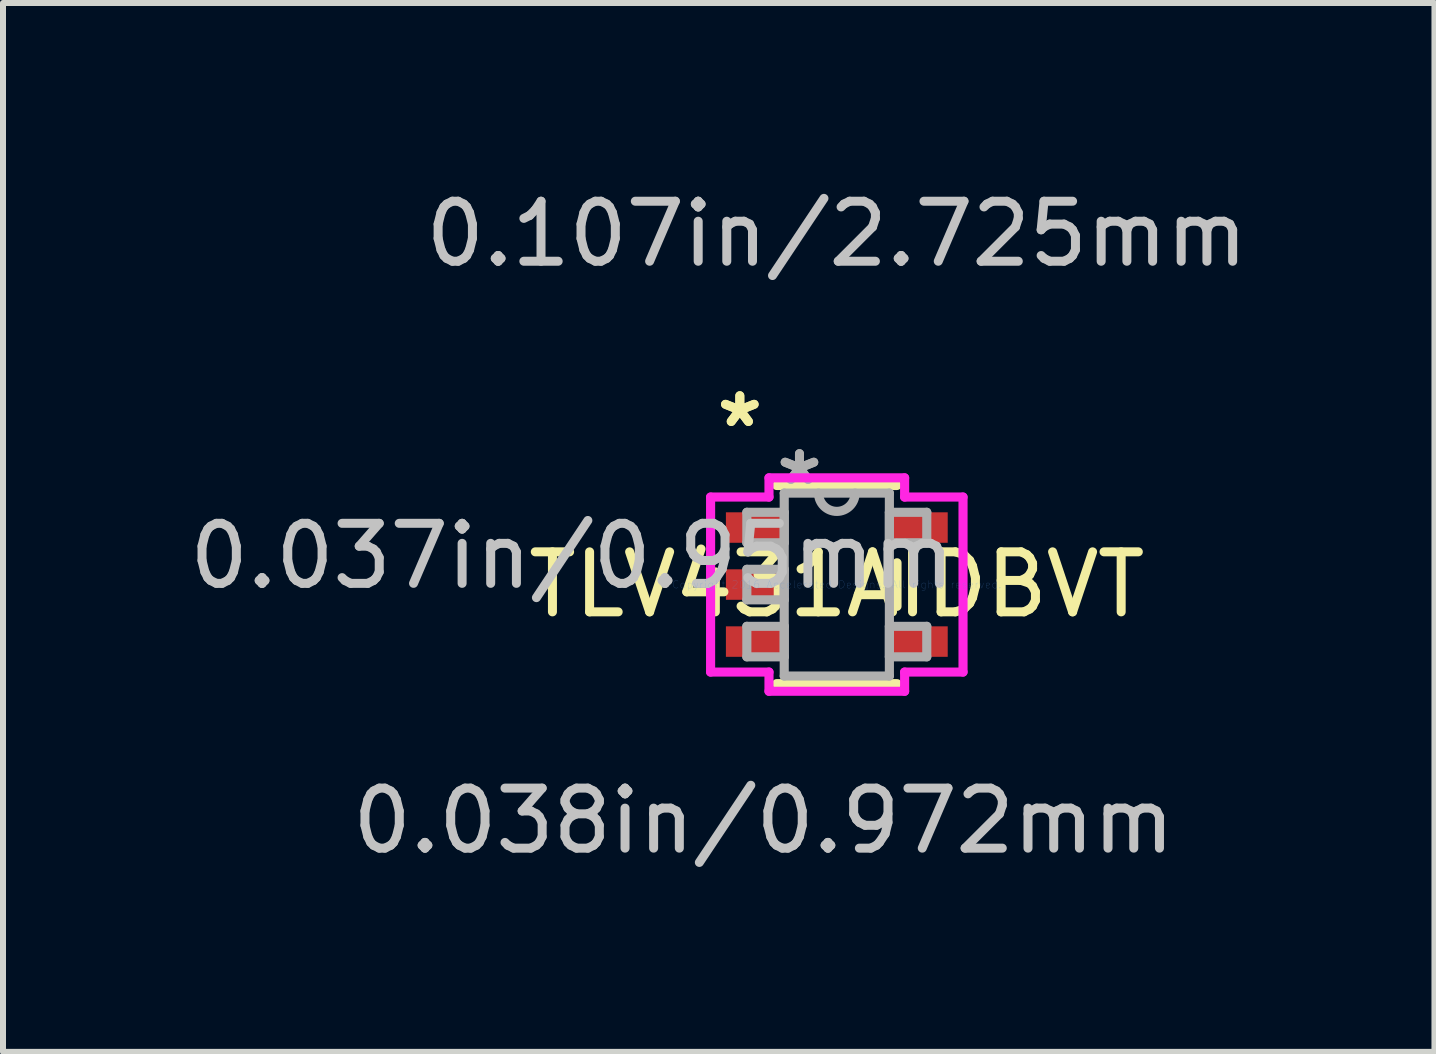
<source format=kicad_pcb>
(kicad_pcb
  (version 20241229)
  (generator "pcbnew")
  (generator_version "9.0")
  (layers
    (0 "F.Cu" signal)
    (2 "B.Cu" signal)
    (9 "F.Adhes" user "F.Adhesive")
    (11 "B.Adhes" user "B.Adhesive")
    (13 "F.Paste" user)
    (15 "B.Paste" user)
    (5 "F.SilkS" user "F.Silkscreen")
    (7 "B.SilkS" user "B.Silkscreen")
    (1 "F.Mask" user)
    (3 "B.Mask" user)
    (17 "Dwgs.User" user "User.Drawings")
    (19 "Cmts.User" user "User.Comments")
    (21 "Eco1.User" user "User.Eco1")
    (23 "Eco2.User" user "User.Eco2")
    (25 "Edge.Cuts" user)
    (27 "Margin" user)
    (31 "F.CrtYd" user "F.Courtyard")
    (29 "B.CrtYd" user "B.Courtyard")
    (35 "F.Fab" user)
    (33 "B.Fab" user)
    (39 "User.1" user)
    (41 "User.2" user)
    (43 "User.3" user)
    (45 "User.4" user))
  (footprint "TLV431AIDBVT"
    (layer "F.Cu")
    (at 10.893 6.69)
    (property "Reference" "TLV431AIDBVT" (at 0 0 0) (layer "F.SilkS") (effects (font (size 1 1) (thickness 0.15))))
    (attr through_hole)
    (fp_line (start -1.003 1.651) (end 1.003 1.651) (stroke (width 0.152) (type solid)) (layer "F.SilkS"))
    (fp_line (start 1.003 -1.651) (end -1.003 -1.651) (stroke (width 0.152) (type solid)) (layer "F.SilkS"))
    (fp_line (start 1.003 0.363) (end 1.003 -0.363) (stroke (width 0.152) (type solid)) (layer "F.SilkS"))
    (fp_line (start -2.103 -1.458) (end -1.13 -1.458) (stroke (width 0.152) (type solid)) (layer "F.CrtYd"))
    (fp_line (start -2.103 1.458) (end -2.103 -1.458) (stroke (width 0.152) (type solid)) (layer "F.CrtYd"))
    (fp_line (start -1.13 -1.778) (end 1.13 -1.778) (stroke (width 0.152) (type solid)) (layer "F.CrtYd"))
    (fp_line (start -1.13 -1.458) (end -1.13 -1.778) (stroke (width 0.152) (type solid)) (layer "F.CrtYd"))
    (fp_line (start -1.13 1.458) (end -2.103 1.458) (stroke (width 0.152) (type solid)) (layer "F.CrtYd"))
    (fp_line (start -1.13 1.778) (end -1.13 1.458) (stroke (width 0.152) (type solid)) (layer "F.CrtYd"))
    (fp_line (start 1.13 -1.778) (end 1.13 -1.458) (stroke (width 0.152) (type solid)) (layer "F.CrtYd"))
    (fp_line (start 1.13 -1.458) (end 2.103 -1.458) (stroke (width 0.152) (type solid)) (layer "F.CrtYd"))
    (fp_line (start 1.13 1.458) (end 1.13 1.778) (stroke (width 0.152) (type solid)) (layer "F.CrtYd"))
    (fp_line (start 1.13 1.778) (end -1.13 1.778) (stroke (width 0.152) (type solid)) (layer "F.CrtYd"))
    (fp_line (start 2.103 -1.458) (end 2.103 1.458) (stroke (width 0.152) (type solid)) (layer "F.CrtYd"))
    (fp_line (start 2.103 1.458) (end 1.13 1.458) (stroke (width 0.152) (type solid)) (layer "F.CrtYd"))
    (fp_line (start -1.499 -1.204) (end -1.499 -0.696) (stroke (width 0.152) (type solid)) (layer "F.Fab"))
    (fp_line (start -1.499 -0.696) (end -0.876 -0.696) (stroke (width 0.152) (type solid)) (layer "F.Fab"))
    (fp_line (start -1.499 -0.254) (end -1.499 0.254) (stroke (width 0.152) (type solid)) (layer "F.Fab"))
    (fp_line (start -1.499 0.254) (end -0.876 0.254) (stroke (width 0.152) (type solid)) (layer "F.Fab"))
    (fp_line (start -1.499 0.696) (end -1.499 1.204) (stroke (width 0.152) (type solid)) (layer "F.Fab"))
    (fp_line (start -1.499 1.204) (end -0.876 1.204) (stroke (width 0.152) (type solid)) (layer "F.Fab"))
    (fp_line (start -0.876 -1.524) (end -0.876 1.524) (stroke (width 0.152) (type solid)) (layer "F.Fab"))
    (fp_line (start -0.876 -1.204) (end -1.499 -1.204) (stroke (width 0.152) (type solid)) (layer "F.Fab"))
    (fp_line (start -0.876 -0.696) (end -0.876 -1.204) (stroke (width 0.152) (type solid)) (layer "F.Fab"))
    (fp_line (start -0.876 -0.254) (end -1.499 -0.254) (stroke (width 0.152) (type solid)) (layer "F.Fab"))
    (fp_line (start -0.876 0.254) (end -0.876 -0.254) (stroke (width 0.152) (type solid)) (layer "F.Fab"))
    (fp_line (start -0.876 0.696) (end -1.499 0.696) (stroke (width 0.152) (type solid)) (layer "F.Fab"))
    (fp_line (start -0.876 1.204) (end -0.876 0.696) (stroke (width 0.152) (type solid)) (layer "F.Fab"))
    (fp_line (start -0.876 1.524) (end 0.876 1.524) (stroke (width 0.152) (type solid)) (layer "F.Fab"))
    (fp_line (start 0.876 -1.524) (end -0.876 -1.524) (stroke (width 0.152) (type solid)) (layer "F.Fab"))
    (fp_line (start 0.876 -1.204) (end 0.876 -0.696) (stroke (width 0.152) (type solid)) (layer "F.Fab"))
    (fp_line (start 0.876 -0.696) (end 1.499 -0.696) (stroke (width 0.152) (type solid)) (layer "F.Fab"))
    (fp_line (start 0.876 0.696) (end 0.876 1.204) (stroke (width 0.152) (type solid)) (layer "F.Fab"))
    (fp_line (start 0.876 1.204) (end 1.499 1.204) (stroke (width 0.152) (type solid)) (layer "F.Fab"))
    (fp_line (start 0.876 1.524) (end 0.876 -1.524) (stroke (width 0.152) (type solid)) (layer "F.Fab"))
    (fp_line (start 1.499 -1.204) (end 0.876 -1.204) (stroke (width 0.152) (type solid)) (layer "F.Fab"))
    (fp_line (start 1.499 -0.696) (end 1.499 -1.204) (stroke (width 0.152) (type solid)) (layer "F.Fab"))
    (fp_line (start 1.499 0.696) (end 0.876 0.696) (stroke (width 0.152) (type solid)) (layer "F.Fab"))
    (fp_line (start 1.499 1.204) (end 1.499 0.696) (stroke (width 0.152) (type solid)) (layer "F.Fab"))
    (fp_arc (start 0.3048 -1.524) (mid 0 -1.2192) (end -0.3048 -1.524) (stroke (width 0.1524) (type solid)) (layer "F.Fab"))
    (fp_text user "*" (at -1.616 -2.601 0) (layer "F.SilkS") (effects (font (size 1 1) (thickness 0.15))))
    (fp_text user "*" (at -1.616 -2.601 0) (layer "F.SilkS") (effects (font (size 1 1) (thickness 0.15))))
    (fp_text user "0.037in/0.95mm" (at -4.41 -0.475 0) (layer "Dwgs.User") (effects (font (size 1 1) (thickness 0.15))))
    (fp_text user "0.038in/0.972mm" (at -1.219 3.937 0) (layer "Dwgs.User") (effects (font (size 1 1) (thickness 0.15))))
    (fp_text user "0.107in/2.725mm" (at 0 -5.842 0) (layer "Dwgs.User") (effects (font (size 1 1) (thickness 0.15))))
    (fp_text user "Copyright 2016 Accelerated Designs. All rights reserved." (at 0 0 0) (layer "Cmts.User") (effects (font (size 0.127 0.127) (thickness 0.002))))
    (fp_text user "*" (at -0.622 -1.636 0) (layer "F.Fab") (effects (font (size 1 1) (thickness 0.15))))
    (fp_text user "*" (at -0.622 -1.636 0) (layer "F.Fab") (effects (font (size 1 1) (thickness 0.15))))
    (pad "1" smd rect (at -1.362 -0.95) (size 0.972 0.508) (layers "F.Cu" "F.Mask" "F.Paste"))
    (pad "2" smd rect (at -1.362 0) (size 0.972 0.508) (layers "F.Cu" "F.Mask" "F.Paste"))
    (pad "3" smd rect (at -1.362 0.95) (size 0.972 0.508) (layers "F.Cu" "F.Mask" "F.Paste"))
    (pad "4" smd rect (at 1.362 0.95) (size 0.972 0.508) (layers "F.Cu" "F.Mask" "F.Paste"))
    (pad "5" smd rect (at 1.362 -0.95) (size 0.972 0.508) (layers "F.Cu" "F.Mask" "F.Paste")))
  (gr_rect
    (start -3 -3)
    (end 20.851 14.476)
    (stroke (width 0.1) (type default))
    (fill no)
    (layer "Edge.Cuts")))
</source>
